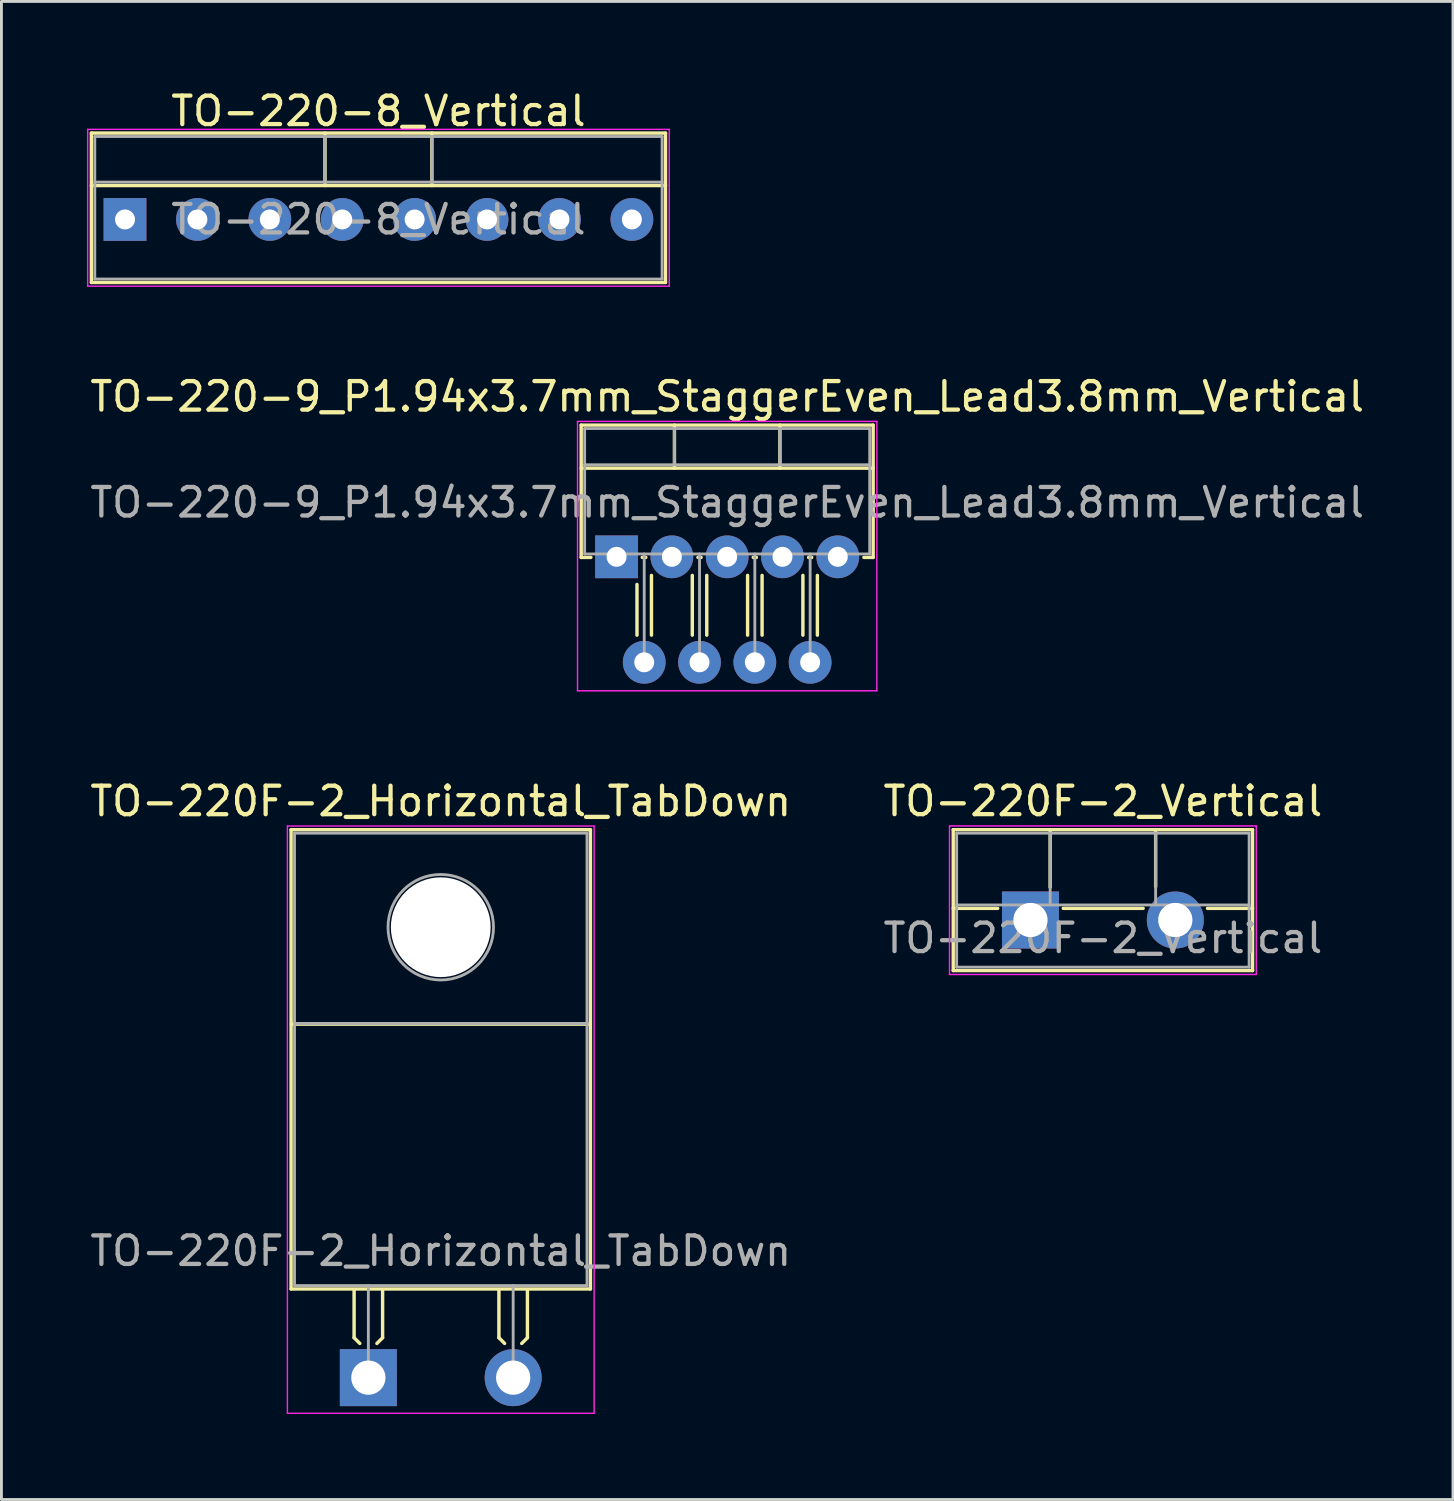
<source format=kicad_pcb>
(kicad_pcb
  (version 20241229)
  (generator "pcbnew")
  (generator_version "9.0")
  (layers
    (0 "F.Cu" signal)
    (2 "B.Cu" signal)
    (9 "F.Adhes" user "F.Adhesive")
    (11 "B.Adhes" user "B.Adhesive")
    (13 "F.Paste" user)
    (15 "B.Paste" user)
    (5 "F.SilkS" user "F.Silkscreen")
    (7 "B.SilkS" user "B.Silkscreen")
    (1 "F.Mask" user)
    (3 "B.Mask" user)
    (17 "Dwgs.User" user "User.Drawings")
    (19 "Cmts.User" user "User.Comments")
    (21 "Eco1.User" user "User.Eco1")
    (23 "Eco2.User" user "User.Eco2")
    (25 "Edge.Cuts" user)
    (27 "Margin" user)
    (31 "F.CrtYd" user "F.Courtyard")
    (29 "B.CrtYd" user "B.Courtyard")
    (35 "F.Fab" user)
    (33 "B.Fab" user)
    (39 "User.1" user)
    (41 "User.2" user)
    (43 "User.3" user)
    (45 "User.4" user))
  (footprint "TO-220F-2_Vertical"
    (layer "F.Cu")
    (at 33.097 29.222)
    (property "Reference" "TO-220F-2_Vertical" (at 2.54 -4.168 0) (layer "F.SilkS") (effects (font (size 1 1) (thickness 0.15))))
    (attr through_hole)
    (fp_line (start -2.71 -3.168) (end -2.71 1.773) (stroke (width 0.12) (type solid)) (layer "F.SilkS"))
    (fp_line (start -2.71 -3.168) (end 7.79 -3.168) (stroke (width 0.12) (type solid)) (layer "F.SilkS"))
    (fp_line (start -2.71 -0.408) (end -1.15 -0.408) (stroke (width 0.12) (type solid)) (layer "F.SilkS"))
    (fp_line (start -2.71 1.773) (end 7.79 1.773) (stroke (width 0.12) (type solid)) (layer "F.SilkS"))
    (fp_line (start 0.69 -3.168) (end 0.69 -1.15) (stroke (width 0.12) (type solid)) (layer "F.SilkS"))
    (fp_line (start 1.15 -0.408) (end 3.952 -0.408) (stroke (width 0.12) (type solid)) (layer "F.SilkS"))
    (fp_line (start 4.391 -3.168) (end 4.391 -1.165) (stroke (width 0.12) (type solid)) (layer "F.SilkS"))
    (fp_line (start 6.209 -0.408) (end 7.79 -0.408) (stroke (width 0.12) (type solid)) (layer "F.SilkS"))
    (fp_line (start 7.79 -3.168) (end 7.79 1.773) (stroke (width 0.12) (type solid)) (layer "F.SilkS"))
    (fp_line (start -2.84 -3.3) (end -2.84 1.91) (stroke (width 0.05) (type solid)) (layer "F.CrtYd"))
    (fp_line (start -2.84 1.91) (end 7.92 1.91) (stroke (width 0.05) (type solid)) (layer "F.CrtYd"))
    (fp_line (start 7.92 -3.3) (end -2.84 -3.3) (stroke (width 0.05) (type solid)) (layer "F.CrtYd"))
    (fp_line (start 7.92 1.91) (end 7.92 -3.3) (stroke (width 0.05) (type solid)) (layer "F.CrtYd"))
    (fp_line (start -2.59 -3.047) (end -2.59 1.653) (stroke (width 0.1) (type solid)) (layer "F.Fab"))
    (fp_line (start -2.59 -0.527) (end 7.67 -0.527) (stroke (width 0.1) (type solid)) (layer "F.Fab"))
    (fp_line (start -2.59 1.653) (end 7.67 1.653) (stroke (width 0.1) (type solid)) (layer "F.Fab"))
    (fp_line (start 0.69 -3.047) (end 0.69 -0.527) (stroke (width 0.1) (type solid)) (layer "F.Fab"))
    (fp_line (start 4.39 -3.047) (end 4.39 -0.527) (stroke (width 0.1) (type solid)) (layer "F.Fab"))
    (fp_line (start 7.67 -3.047) (end -2.59 -3.047) (stroke (width 0.1) (type solid)) (layer "F.Fab"))
    (fp_line (start 7.67 1.653) (end 7.67 -3.047) (stroke (width 0.1) (type solid)) (layer "F.Fab"))
    (fp_text user "${REFERENCE}" (at 2.54 0.635 0) (layer "F.Fab") (effects (font (size 1 1) (thickness 0.15))))
    (pad "1" thru_hole rect (at 0 0) (size 2 2) (drill 1.2) (layers "*.Cu" "*.Mask"))
    (pad "2" thru_hole oval (at 5.08 0) (size 2 2) (drill 1.2) (layers "*.Cu" "*.Mask")))
  (footprint "TO-220F-2_Horizontal_TabDown"
    (layer "F.Cu")
    (at 9.871 45.275)
    (property "Reference" "TO-220F-2_Horizontal_TabDown" (at 2.54 -20.22 0) (layer "F.SilkS") (effects (font (size 1 1) (thickness 0.15))))
    (attr through_hole)
    (fp_line (start -2.71 -19.22) (end -2.71 -3.11) (stroke (width 0.12) (type solid)) (layer "F.SilkS"))
    (fp_line (start -2.71 -19.22) (end 7.79 -19.22) (stroke (width 0.12) (type solid)) (layer "F.SilkS"))
    (fp_line (start -2.71 -3.11) (end 7.79 -3.11) (stroke (width 0.12) (type solid)) (layer "F.SilkS"))
    (fp_line (start -2.7 -12.4) (end 7.75 -12.4) (stroke (width 0.12) (type solid)) (layer "F.SilkS"))
    (fp_line (start -0.5 -3.048) (end -0.5 -1.4) (stroke (width 0.12) (type solid)) (layer "F.SilkS"))
    (fp_line (start -0.5 -1.4) (end -0.3 -1.2) (stroke (width 0.12) (type solid)) (layer "F.SilkS"))
    (fp_line (start 0.5 -3.048) (end 0.5 -1.4) (stroke (width 0.12) (type solid)) (layer "F.SilkS"))
    (fp_line (start 0.5 -1.4) (end 0.3 -1.2) (stroke (width 0.12) (type solid)) (layer "F.SilkS"))
    (fp_line (start 4.58 -3.048) (end 4.58 -1.4) (stroke (width 0.12) (type solid)) (layer "F.SilkS"))
    (fp_line (start 4.58 -1.4) (end 4.78 -1.2) (stroke (width 0.12) (type solid)) (layer "F.SilkS"))
    (fp_line (start 5.58 -3.048) (end 5.58 -1.4) (stroke (width 0.12) (type solid)) (layer "F.SilkS"))
    (fp_line (start 5.58 -1.4) (end 5.38 -1.2) (stroke (width 0.12) (type solid)) (layer "F.SilkS"))
    (fp_line (start 7.79 -19.22) (end 7.79 -3.11) (stroke (width 0.12) (type solid)) (layer "F.SilkS"))
    (fp_line (start -2.84 -19.35) (end -2.84 1.25) (stroke (width 0.05) (type solid)) (layer "F.CrtYd"))
    (fp_line (start -2.84 1.25) (end 7.92 1.25) (stroke (width 0.05) (type solid)) (layer "F.CrtYd"))
    (fp_line (start 7.92 -19.35) (end -2.84 -19.35) (stroke (width 0.05) (type solid)) (layer "F.CrtYd"))
    (fp_line (start 7.92 1.25) (end 7.92 -19.35) (stroke (width 0.05) (type solid)) (layer "F.CrtYd"))
    (fp_line (start -2.59 -19.1) (end 7.67 -19.1) (stroke (width 0.1) (type solid)) (layer "F.Fab"))
    (fp_line (start -2.59 -12.42) (end -2.59 -19.1) (stroke (width 0.1) (type solid)) (layer "F.Fab"))
    (fp_line (start -2.59 -12.42) (end 7.67 -12.42) (stroke (width 0.1) (type solid)) (layer "F.Fab"))
    (fp_line (start -2.59 -3.23) (end -2.59 -12.42) (stroke (width 0.1) (type solid)) (layer "F.Fab"))
    (fp_line (start 0 -3.23) (end 0 0) (stroke (width 0.1) (type solid)) (layer "F.Fab"))
    (fp_line (start 5.08 -3.23) (end 5.08 0) (stroke (width 0.1) (type solid)) (layer "F.Fab"))
    (fp_line (start 7.67 -19.1) (end 7.67 -12.42) (stroke (width 0.1) (type solid)) (layer "F.Fab"))
    (fp_line (start 7.67 -12.42) (end -2.59 -12.42) (stroke (width 0.1) (type solid)) (layer "F.Fab"))
    (fp_line (start 7.67 -12.42) (end 7.67 -3.23) (stroke (width 0.1) (type solid)) (layer "F.Fab"))
    (fp_line (start 7.67 -3.23) (end -2.59 -3.23) (stroke (width 0.1) (type solid)) (layer "F.Fab"))
    (fp_circle (center 2.54 -15.8) (end 4.39 -15.8) (stroke (width 0.1) (type solid)) (fill no) (layer "F.Fab"))
    (fp_text user "${REFERENCE}" (at 2.54 -4.445 0) (layer "F.Fab") (effects (font (size 1 1) (thickness 0.15))))
    (pad "" np_thru_hole oval (at 2.54 -15.8) (size 3.5 3.5) (drill 3.5) (layers "*.Cu" "*.Mask"))
    (pad "1" thru_hole rect (at 0 0) (size 2 2) (drill 1.2) (layers "*.Cu" "*.Mask"))
    (pad "2" thru_hole oval (at 5.08 0) (size 2 2) (drill 1.2) (layers "*.Cu" "*.Mask")))
  (footprint "TO-220-8_Vertical"
    (layer "F.Cu")
    (at 1.335 4.648)
    (property "Reference" "TO-220-8_Vertical" (at 8.89 -3.8 0) (layer "F.SilkS") (effects (font (size 1 1) (thickness 0.15))))
    (attr through_hole)
    (fp_line (start -1.18 -3.03) (end -1.18 2.211) (stroke (width 0.12) (type solid)) (layer "F.SilkS"))
    (fp_line (start -1.18 -3.03) (end 18.96 -3.03) (stroke (width 0.12) (type solid)) (layer "F.SilkS"))
    (fp_line (start -1.18 -1.19) (end 18.96 -1.19) (stroke (width 0.12) (type solid)) (layer "F.SilkS"))
    (fp_line (start -1.18 2.21) (end 18.96 2.21) (stroke (width 0.12) (type solid)) (layer "F.SilkS"))
    (fp_line (start 7.015 -3.03) (end 7.015 -1.19) (stroke (width 0.12) (type solid)) (layer "F.SilkS"))
    (fp_line (start 10.765 -3.03) (end 10.765 -1.19) (stroke (width 0.12) (type solid)) (layer "F.SilkS"))
    (fp_line (start 18.96 -3.03) (end 18.96 2.21) (stroke (width 0.12) (type solid)) (layer "F.SilkS"))
    (fp_line (start -1.31 -3.16) (end -1.31 2.34) (stroke (width 0.05) (type solid)) (layer "F.CrtYd"))
    (fp_line (start -1.31 2.34) (end 19.09 2.34) (stroke (width 0.05) (type solid)) (layer "F.CrtYd"))
    (fp_line (start 19.09 -3.16) (end -1.31 -3.16) (stroke (width 0.05) (type solid)) (layer "F.CrtYd"))
    (fp_line (start 19.09 2.34) (end 19.09 -3.16) (stroke (width 0.05) (type solid)) (layer "F.CrtYd"))
    (fp_line (start -1.06 -2.91) (end -1.06 2.09) (stroke (width 0.1) (type solid)) (layer "F.Fab"))
    (fp_line (start -1.06 -1.31) (end 18.84 -1.31) (stroke (width 0.1) (type solid)) (layer "F.Fab"))
    (fp_line (start -1.06 2.09) (end 18.84 2.09) (stroke (width 0.1) (type solid)) (layer "F.Fab"))
    (fp_line (start 7.015 -2.91) (end 7.015 -1.31) (stroke (width 0.1) (type solid)) (layer "F.Fab"))
    (fp_line (start 10.765 -2.91) (end 10.765 -1.31) (stroke (width 0.1) (type solid)) (layer "F.Fab"))
    (fp_line (start 18.84 -2.91) (end -1.06 -2.91) (stroke (width 0.1) (type solid)) (layer "F.Fab"))
    (fp_line (start 18.84 2.09) (end 18.84 -2.91) (stroke (width 0.1) (type solid)) (layer "F.Fab"))
    (fp_text user "${REFERENCE}" (at 8.89 0 0) (layer "F.Fab") (effects (font (size 1 1) (thickness 0.15))))
    (pad "1" thru_hole rect (at 0 0) (size 1.5 1.5) (drill 0.7) (layers "*.Cu" "*.Mask"))
    (pad "2" thru_hole oval (at 2.54 0) (size 1.5 1.5) (drill 0.7) (layers "*.Cu" "*.Mask"))
    (pad "3" thru_hole oval (at 5.08 0) (size 1.5 1.5) (drill 0.7) (layers "*.Cu" "*.Mask"))
    (pad "4" thru_hole oval (at 7.62 0) (size 1.5 1.5) (drill 0.7) (layers "*.Cu" "*.Mask"))
    (pad "5" thru_hole oval (at 10.16 0) (size 1.5 1.5) (drill 0.7) (layers "*.Cu" "*.Mask"))
    (pad "6" thru_hole oval (at 12.7 0) (size 1.5 1.5) (drill 0.7) (layers "*.Cu" "*.Mask"))
    (pad "7" thru_hole oval (at 15.24 0) (size 1.5 1.5) (drill 0.7) (layers "*.Cu" "*.Mask"))
    (pad "8" thru_hole oval (at 17.78 0) (size 1.5 1.5) (drill 0.7) (layers "*.Cu" "*.Mask")))
  (footprint "TO-220-9_P1.94x3.7mm_StaggerEven_Lead3.8mm_Vertical"
    (layer "F.Cu")
    (at 18.578 16.482)
    (property "Reference" "TO-220-9_P1.94x3.7mm_StaggerEven_Lead3.8mm_Vertical" (at 3.88 -5.62 0) (layer "F.SilkS") (effects (font (size 1 1) (thickness 0.15))))
    (attr through_hole)
    (fp_line (start -1.241 -4.62) (end -1.241 0.021) (stroke (width 0.12) (type solid)) (layer "F.SilkS"))
    (fp_line (start -1.241 -4.62) (end 9 -4.62) (stroke (width 0.12) (type solid)) (layer "F.SilkS"))
    (fp_line (start -1.241 -3.111) (end 9 -3.111) (stroke (width 0.12) (type solid)) (layer "F.SilkS"))
    (fp_line (start -1.241 0.021) (end -0.9 0.021) (stroke (width 0.12) (type solid)) (layer "F.SilkS"))
    (fp_line (start 0.716 2.748) (end 0.716 0.97) (stroke (width 0.12) (type solid)) (layer "F.SilkS"))
    (fp_line (start 0.9 0.021) (end 1.025 0.021) (stroke (width 0.12) (type solid)) (layer "F.SilkS"))
    (fp_line (start 1.224 2.748) (end 1.224 0.652) (stroke (width 0.12) (type solid)) (layer "F.SilkS"))
    (fp_line (start 2.03 -4.62) (end 2.03 -3.111) (stroke (width 0.12) (type solid)) (layer "F.SilkS"))
    (fp_line (start 2.656 2.748) (end 2.656 0.652) (stroke (width 0.12) (type solid)) (layer "F.SilkS"))
    (fp_line (start 2.855 0.021) (end 2.965 0.021) (stroke (width 0.12) (type solid)) (layer "F.SilkS"))
    (fp_line (start 3.164 2.748) (end 3.164 0.652) (stroke (width 0.12) (type solid)) (layer "F.SilkS"))
    (fp_line (start 4.596 2.748) (end 4.596 0.652) (stroke (width 0.12) (type solid)) (layer "F.SilkS"))
    (fp_line (start 4.795 0.021) (end 4.905 0.021) (stroke (width 0.12) (type solid)) (layer "F.SilkS"))
    (fp_line (start 5.104 2.748) (end 5.104 0.652) (stroke (width 0.12) (type solid)) (layer "F.SilkS"))
    (fp_line (start 5.73 -4.62) (end 5.73 -3.111) (stroke (width 0.12) (type solid)) (layer "F.SilkS"))
    (fp_line (start 6.536 2.748) (end 6.536 0.652) (stroke (width 0.12) (type solid)) (layer "F.SilkS"))
    (fp_line (start 6.735 0.021) (end 6.845 0.021) (stroke (width 0.12) (type solid)) (layer "F.SilkS"))
    (fp_line (start 7.044 2.748) (end 7.044 0.652) (stroke (width 0.12) (type solid)) (layer "F.SilkS"))
    (fp_line (start 8.675 0.021) (end 9 0.021) (stroke (width 0.12) (type solid)) (layer "F.SilkS"))
    (fp_line (start 9 -4.62) (end 9 0.021) (stroke (width 0.12) (type solid)) (layer "F.SilkS"))
    (fp_line (start -1.37 -4.75) (end -1.37 4.7) (stroke (width 0.05) (type solid)) (layer "F.CrtYd"))
    (fp_line (start -1.37 4.7) (end 9.13 4.7) (stroke (width 0.05) (type solid)) (layer "F.CrtYd"))
    (fp_line (start 9.13 -4.75) (end -1.37 -4.75) (stroke (width 0.05) (type solid)) (layer "F.CrtYd"))
    (fp_line (start 9.13 4.7) (end 9.13 -4.75) (stroke (width 0.05) (type solid)) (layer "F.CrtYd"))
    (fp_line (start -1.12 -4.5) (end -1.12 -0.1) (stroke (width 0.1) (type solid)) (layer "F.Fab"))
    (fp_line (start -1.12 -3.23) (end 8.88 -3.23) (stroke (width 0.1) (type solid)) (layer "F.Fab"))
    (fp_line (start -1.12 -0.1) (end 8.88 -0.1) (stroke (width 0.1) (type solid)) (layer "F.Fab"))
    (fp_line (start 0 -0.1) (end 0 0) (stroke (width 0.1) (type solid)) (layer "F.Fab"))
    (fp_line (start 0.97 -0.1) (end 0.97 3.7) (stroke (width 0.1) (type solid)) (layer "F.Fab"))
    (fp_line (start 1.94 -0.1) (end 1.94 0) (stroke (width 0.1) (type solid)) (layer "F.Fab"))
    (fp_line (start 2.03 -4.5) (end 2.03 -3.23) (stroke (width 0.1) (type solid)) (layer "F.Fab"))
    (fp_line (start 2.91 -0.1) (end 2.91 3.7) (stroke (width 0.1) (type solid)) (layer "F.Fab"))
    (fp_line (start 3.88 -0.1) (end 3.88 0) (stroke (width 0.1) (type solid)) (layer "F.Fab"))
    (fp_line (start 4.85 -0.1) (end 4.85 3.7) (stroke (width 0.1) (type solid)) (layer "F.Fab"))
    (fp_line (start 5.73 -4.5) (end 5.73 -3.23) (stroke (width 0.1) (type solid)) (layer "F.Fab"))
    (fp_line (start 5.82 -0.1) (end 5.82 0) (stroke (width 0.1) (type solid)) (layer "F.Fab"))
    (fp_line (start 6.79 -0.1) (end 6.79 3.7) (stroke (width 0.1) (type solid)) (layer "F.Fab"))
    (fp_line (start 7.76 -0.1) (end 7.76 0) (stroke (width 0.1) (type solid)) (layer "F.Fab"))
    (fp_line (start 8.88 -4.5) (end -1.12 -4.5) (stroke (width 0.1) (type solid)) (layer "F.Fab"))
    (fp_line (start 8.88 -0.1) (end 8.88 -4.5) (stroke (width 0.1) (type solid)) (layer "F.Fab"))
    (fp_text user "${REFERENCE}" (at 3.88 -1.905 0) (layer "F.Fab") (effects (font (size 1 1) (thickness 0.15))))
    (pad "1" thru_hole rect (at 0 0) (size 1.5 1.5) (drill 0.7) (layers "*.Cu" "*.Mask"))
    (pad "2" thru_hole oval (at 0.97 3.7) (size 1.5 1.5) (drill 0.7) (layers "*.Cu" "*.Mask"))
    (pad "3" thru_hole oval (at 1.94 0) (size 1.5 1.5) (drill 0.7) (layers "*.Cu" "*.Mask"))
    (pad "4" thru_hole oval (at 2.91 3.7) (size 1.5 1.5) (drill 0.7) (layers "*.Cu" "*.Mask"))
    (pad "5" thru_hole oval (at 3.88 0) (size 1.5 1.5) (drill 0.7) (layers "*.Cu" "*.Mask"))
    (pad "6" thru_hole oval (at 4.85 3.7) (size 1.5 1.5) (drill 0.7) (layers "*.Cu" "*.Mask"))
    (pad "7" thru_hole oval (at 5.82 0) (size 1.5 1.5) (drill 0.7) (layers "*.Cu" "*.Mask"))
    (pad "8" thru_hole oval (at 6.79 3.7) (size 1.5 1.5) (drill 0.7) (layers "*.Cu" "*.Mask"))
    (pad "9" thru_hole oval (at 7.76 0) (size 1.5 1.5) (drill 0.7) (layers "*.Cu" "*.Mask")))
  (gr_rect
    (start -3 -3)
    (end 47.917 49.55)
    (stroke (width 0.1) (type default))
    (fill no)
    (layer "Edge.Cuts")))
</source>
